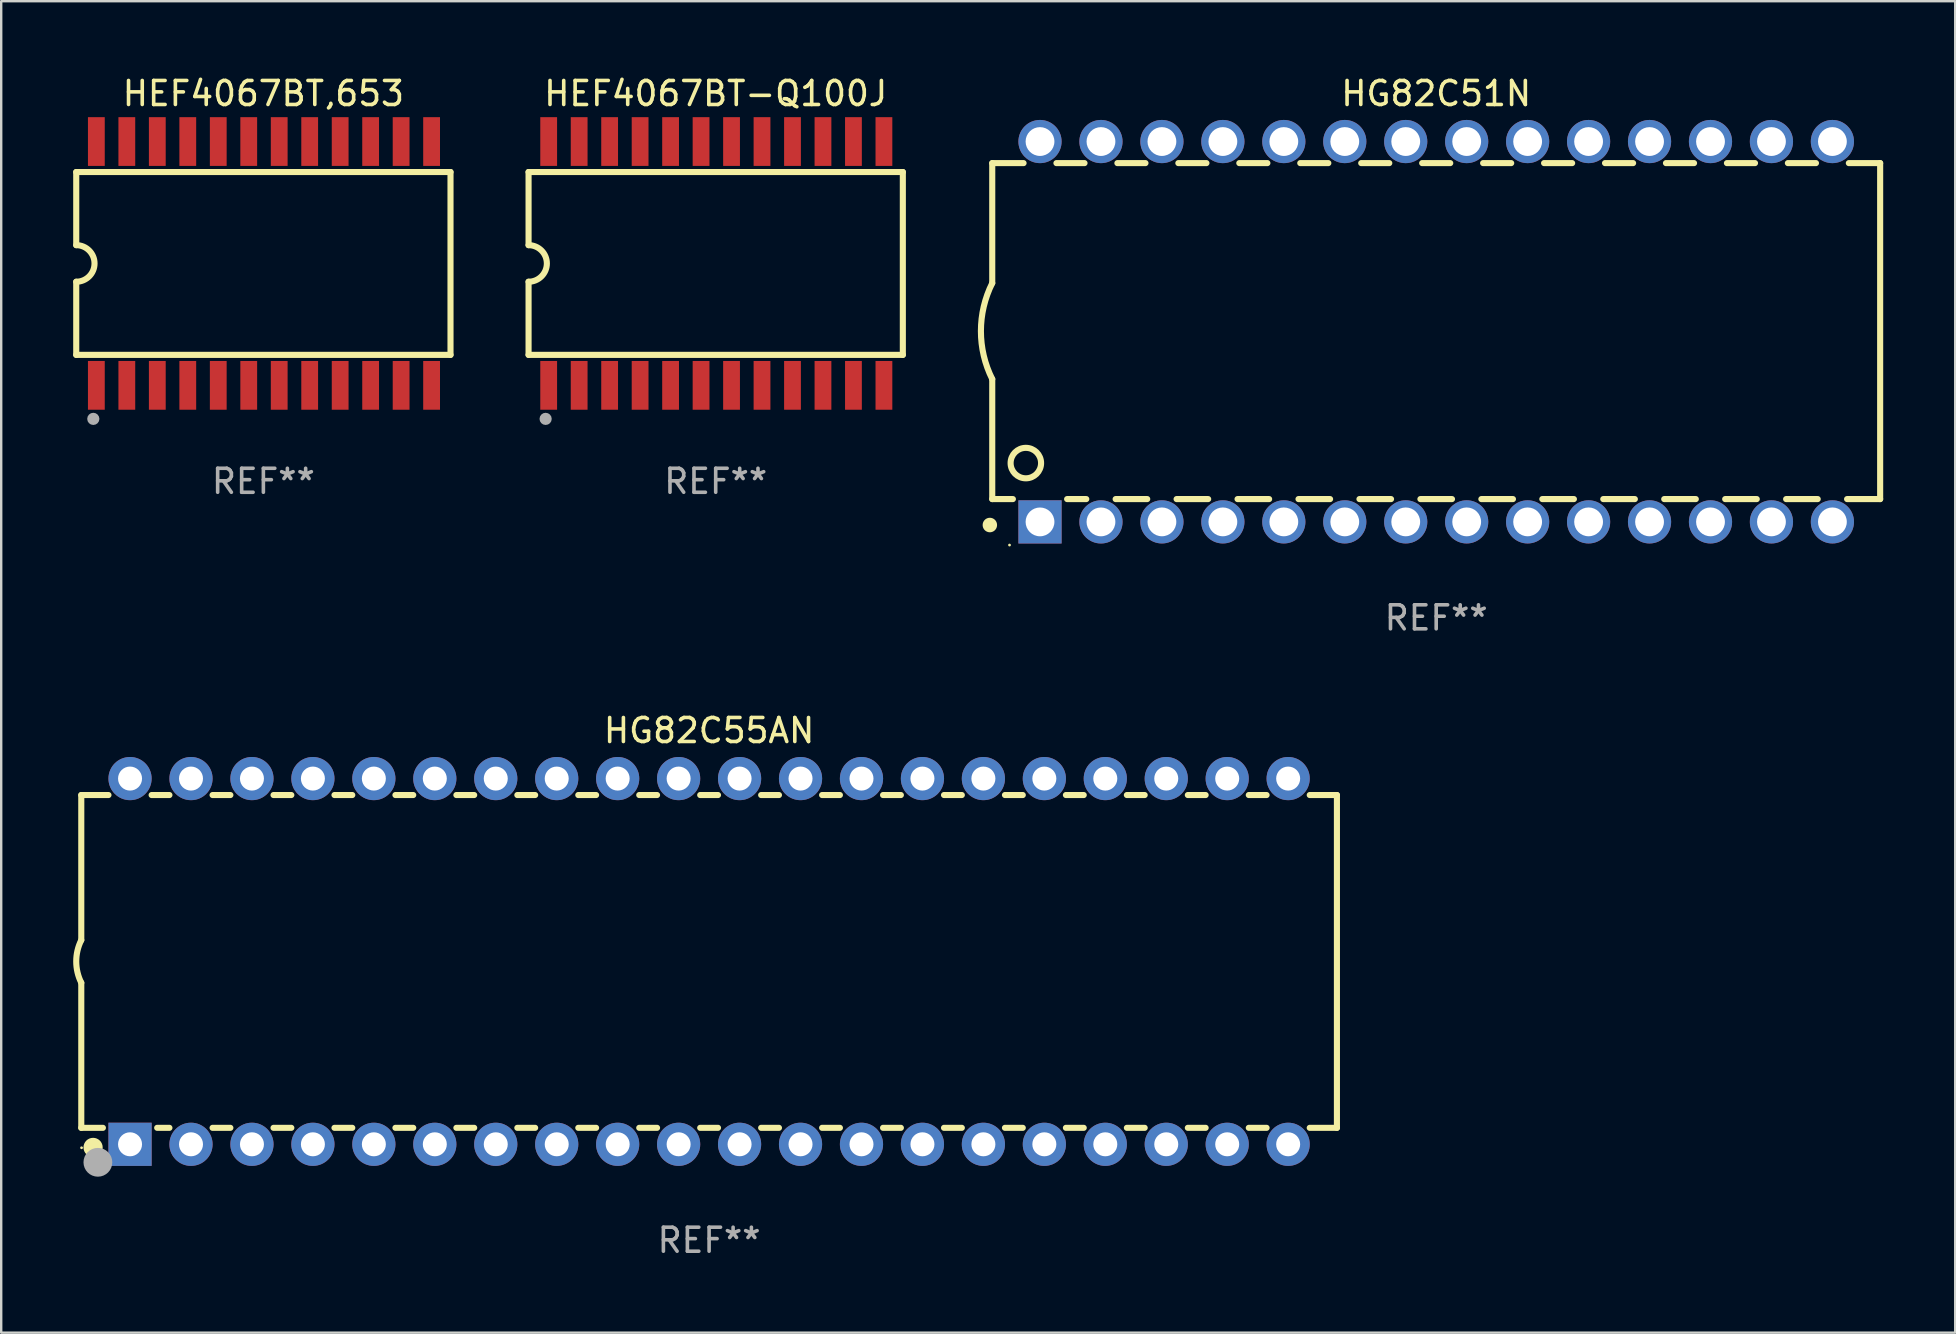
<source format=kicad_pcb>
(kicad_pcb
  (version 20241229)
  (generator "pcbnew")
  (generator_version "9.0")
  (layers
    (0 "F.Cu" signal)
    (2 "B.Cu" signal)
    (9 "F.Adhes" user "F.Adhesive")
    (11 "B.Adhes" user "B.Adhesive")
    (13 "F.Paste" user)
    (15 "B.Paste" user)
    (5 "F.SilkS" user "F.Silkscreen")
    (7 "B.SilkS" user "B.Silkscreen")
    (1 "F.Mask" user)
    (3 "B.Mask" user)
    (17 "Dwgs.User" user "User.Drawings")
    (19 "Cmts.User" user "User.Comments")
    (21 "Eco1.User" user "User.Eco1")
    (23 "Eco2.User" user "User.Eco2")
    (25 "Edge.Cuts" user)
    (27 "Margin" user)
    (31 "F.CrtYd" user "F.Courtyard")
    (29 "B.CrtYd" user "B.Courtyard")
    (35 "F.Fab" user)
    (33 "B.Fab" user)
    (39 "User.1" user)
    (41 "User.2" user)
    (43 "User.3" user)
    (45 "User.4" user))
  (footprint "HEF4067BT,653"
    (layer "F.Cu")
    (at 7.925 7.928)
    (property "Reference" "HEF4067BT,653" (at 0 -7.08 0) (layer "F.SilkS") (effects (font (size 1 1) (thickness 0.15))))
    (attr through_hole)
    (fp_line (start -7.798 -3.81) (end -7.798 -0.762) (stroke (width 0.254) (type solid)) (layer "F.SilkS"))
    (fp_line (start -7.798 3.81) (end -7.798 0.762) (stroke (width 0.254) (type solid)) (layer "F.SilkS"))
    (fp_line (start 7.798 -3.81) (end -7.798 -3.81) (stroke (width 0.254) (type solid)) (layer "F.SilkS"))
    (fp_line (start 7.798 3.81) (end -7.798 3.81) (stroke (width 0.254) (type solid)) (layer "F.SilkS"))
    (fp_line (start 7.798 3.81) (end 7.798 -3.81) (stroke (width 0.254) (type solid)) (layer "F.SilkS"))
    (fp_arc (start -7.797791 -0.762002) (mid -7.03579 -0.000001) (end -7.79779 0.762002) (stroke (width 0.254001) (type solid)) (layer "F.SilkS"))
    (fp_circle (center -7.825 3.75) (end -7.795 3.75) (stroke (width 0.06) (type solid)) (fill no) (layer "F.SilkS"))
    (fp_circle (center -7.087 6.477) (end -6.96 6.477) (stroke (width 0.254) (type solid)) (fill no) (layer "F.Fab"))
    (fp_text user "REF**" (at 0 9.08 0) (layer "F.Fab") (effects (font (size 1 1) (thickness 0.15))))
    (pad "1" smd rect (at -6.96 5.08 90) (size 2.032 0.7) (layers "F.Cu" "F.Mask" "F.Paste"))
    (pad "2" smd rect (at -5.69 5.08 90) (size 2.032 0.7) (layers "F.Cu" "F.Mask" "F.Paste"))
    (pad "3" smd rect (at -4.42 5.08 90) (size 2.032 0.7) (layers "F.Cu" "F.Mask" "F.Paste"))
    (pad "4" smd rect (at -3.15 5.08 90) (size 2.032 0.7) (layers "F.Cu" "F.Mask" "F.Paste"))
    (pad "5" smd rect (at -1.88 5.08 90) (size 2.032 0.7) (layers "F.Cu" "F.Mask" "F.Paste"))
    (pad "6" smd rect (at -0.61 5.08 90) (size 2.032 0.7) (layers "F.Cu" "F.Mask" "F.Paste"))
    (pad "7" smd rect (at 0.66 5.08 90) (size 2.032 0.7) (layers "F.Cu" "F.Mask" "F.Paste"))
    (pad "8" smd rect (at 1.93 5.08 90) (size 2.032 0.7) (layers "F.Cu" "F.Mask" "F.Paste"))
    (pad "9" smd rect (at 3.2 5.08 90) (size 2.032 0.7) (layers "F.Cu" "F.Mask" "F.Paste"))
    (pad "10" smd rect (at 4.47 5.08 90) (size 2.032 0.7) (layers "F.Cu" "F.Mask" "F.Paste"))
    (pad "11" smd rect (at 5.74 5.08 90) (size 2.032 0.7) (layers "F.Cu" "F.Mask" "F.Paste"))
    (pad "12" smd rect (at 7.01 5.08 90) (size 2.032 0.7) (layers "F.Cu" "F.Mask" "F.Paste"))
    (pad "13" smd rect (at 7.01 -5.08 90) (size 2.032 0.7) (layers "F.Cu" "F.Mask" "F.Paste"))
    (pad "14" smd rect (at 5.74 -5.08 90) (size 2.032 0.7) (layers "F.Cu" "F.Mask" "F.Paste"))
    (pad "15" smd rect (at 4.47 -5.08 90) (size 2.032 0.7) (layers "F.Cu" "F.Mask" "F.Paste"))
    (pad "16" smd rect (at 3.2 -5.08 90) (size 2.032 0.7) (layers "F.Cu" "F.Mask" "F.Paste"))
    (pad "17" smd rect (at 1.93 -5.08 90) (size 2.032 0.7) (layers "F.Cu" "F.Mask" "F.Paste"))
    (pad "18" smd rect (at 0.66 -5.08 90) (size 2.032 0.7) (layers "F.Cu" "F.Mask" "F.Paste"))
    (pad "19" smd rect (at -0.61 -5.08 90) (size 2.032 0.7) (layers "F.Cu" "F.Mask" "F.Paste"))
    (pad "20" smd rect (at -1.88 -5.08 90) (size 2.032 0.7) (layers "F.Cu" "F.Mask" "F.Paste"))
    (pad "21" smd rect (at -3.15 -5.08 90) (size 2.032 0.7) (layers "F.Cu" "F.Mask" "F.Paste"))
    (pad "22" smd rect (at -4.42 -5.08 90) (size 2.032 0.7) (layers "F.Cu" "F.Mask" "F.Paste"))
    (pad "23" smd rect (at -5.69 -5.08 90) (size 2.032 0.7) (layers "F.Cu" "F.Mask" "F.Paste"))
    (pad "24" smd rect (at -6.96 -5.08 90) (size 2.032 0.7) (layers "F.Cu" "F.Mask" "F.Paste")))
  (footprint "HEF4067BT-Q100J"
    (layer "F.Cu")
    (at 26.774 7.928)
    (property "Reference" "HEF4067BT-Q100J" (at 0 -7.08 0) (layer "F.SilkS") (effects (font (size 1 1) (thickness 0.15))))
    (attr through_hole)
    (fp_line (start -7.798 -3.81) (end -7.798 -0.762) (stroke (width 0.254) (type solid)) (layer "F.SilkS"))
    (fp_line (start -7.798 3.81) (end -7.798 0.762) (stroke (width 0.254) (type solid)) (layer "F.SilkS"))
    (fp_line (start 7.798 -3.81) (end -7.798 -3.81) (stroke (width 0.254) (type solid)) (layer "F.SilkS"))
    (fp_line (start 7.798 3.81) (end -7.798 3.81) (stroke (width 0.254) (type solid)) (layer "F.SilkS"))
    (fp_line (start 7.798 3.81) (end 7.798 -3.81) (stroke (width 0.254) (type solid)) (layer "F.SilkS"))
    (fp_arc (start -7.797791 -0.762002) (mid -7.03579 -0.000001) (end -7.79779 0.762002) (stroke (width 0.254001) (type solid)) (layer "F.SilkS"))
    (fp_circle (center -7.825 3.75) (end -7.795 3.75) (stroke (width 0.06) (type solid)) (fill no) (layer "F.SilkS"))
    (fp_circle (center -7.087 6.477) (end -6.96 6.477) (stroke (width 0.254) (type solid)) (fill no) (layer "F.Fab"))
    (fp_text user "REF**" (at 0 9.08 0) (layer "F.Fab") (effects (font (size 1 1) (thickness 0.15))))
    (pad "1" smd rect (at -6.96 5.08 90) (size 2.032 0.7) (layers "F.Cu" "F.Mask" "F.Paste"))
    (pad "2" smd rect (at -5.69 5.08 90) (size 2.032 0.7) (layers "F.Cu" "F.Mask" "F.Paste"))
    (pad "3" smd rect (at -4.42 5.08 90) (size 2.032 0.7) (layers "F.Cu" "F.Mask" "F.Paste"))
    (pad "4" smd rect (at -3.15 5.08 90) (size 2.032 0.7) (layers "F.Cu" "F.Mask" "F.Paste"))
    (pad "5" smd rect (at -1.88 5.08 90) (size 2.032 0.7) (layers "F.Cu" "F.Mask" "F.Paste"))
    (pad "6" smd rect (at -0.61 5.08 90) (size 2.032 0.7) (layers "F.Cu" "F.Mask" "F.Paste"))
    (pad "7" smd rect (at 0.66 5.08 90) (size 2.032 0.7) (layers "F.Cu" "F.Mask" "F.Paste"))
    (pad "8" smd rect (at 1.93 5.08 90) (size 2.032 0.7) (layers "F.Cu" "F.Mask" "F.Paste"))
    (pad "9" smd rect (at 3.2 5.08 90) (size 2.032 0.7) (layers "F.Cu" "F.Mask" "F.Paste"))
    (pad "10" smd rect (at 4.47 5.08 90) (size 2.032 0.7) (layers "F.Cu" "F.Mask" "F.Paste"))
    (pad "11" smd rect (at 5.74 5.08 90) (size 2.032 0.7) (layers "F.Cu" "F.Mask" "F.Paste"))
    (pad "12" smd rect (at 7.01 5.08 90) (size 2.032 0.7) (layers "F.Cu" "F.Mask" "F.Paste"))
    (pad "13" smd rect (at 7.01 -5.08 90) (size 2.032 0.7) (layers "F.Cu" "F.Mask" "F.Paste"))
    (pad "14" smd rect (at 5.74 -5.08 90) (size 2.032 0.7) (layers "F.Cu" "F.Mask" "F.Paste"))
    (pad "15" smd rect (at 4.47 -5.08 90) (size 2.032 0.7) (layers "F.Cu" "F.Mask" "F.Paste"))
    (pad "16" smd rect (at 3.2 -5.08 90) (size 2.032 0.7) (layers "F.Cu" "F.Mask" "F.Paste"))
    (pad "17" smd rect (at 1.93 -5.08 90) (size 2.032 0.7) (layers "F.Cu" "F.Mask" "F.Paste"))
    (pad "18" smd rect (at 0.66 -5.08 90) (size 2.032 0.7) (layers "F.Cu" "F.Mask" "F.Paste"))
    (pad "19" smd rect (at -0.61 -5.08 90) (size 2.032 0.7) (layers "F.Cu" "F.Mask" "F.Paste"))
    (pad "20" smd rect (at -1.88 -5.08 90) (size 2.032 0.7) (layers "F.Cu" "F.Mask" "F.Paste"))
    (pad "21" smd rect (at -3.15 -5.08 90) (size 2.032 0.7) (layers "F.Cu" "F.Mask" "F.Paste"))
    (pad "22" smd rect (at -4.42 -5.08 90) (size 2.032 0.7) (layers "F.Cu" "F.Mask" "F.Paste"))
    (pad "23" smd rect (at -5.69 -5.08 90) (size 2.032 0.7) (layers "F.Cu" "F.Mask" "F.Paste"))
    (pad "24" smd rect (at -6.96 -5.08 90) (size 2.032 0.7) (layers "F.Cu" "F.Mask" "F.Paste")))
  (footprint "HG82C51N"
    (layer "F.Cu")
    (at 56.798 10.773)
    (property "Reference" "HG82C51N" (at 0 -9.925 0) (layer "F.SilkS") (effects (font (size 1 1) (thickness 0.15))))
    (attr through_hole)
    (fp_line (start -18.5 -7.026) (end -18.5 -2.026) (stroke (width 0.254) (type solid)) (layer "F.SilkS"))
    (fp_line (start -18.5 1.974) (end -18.5 6.974) (stroke (width 0.254) (type solid)) (layer "F.SilkS"))
    (fp_line (start -17.64 6.974) (end -18.5 6.974) (stroke (width 0.254) (type solid)) (layer "F.SilkS"))
    (fp_line (start -17.195 -7.026) (end -18.5 -7.026) (stroke (width 0.254) (type solid)) (layer "F.SilkS"))
    (fp_line (start -14.655 -7.026) (end -15.825 -7.026) (stroke (width 0.254) (type solid)) (layer "F.SilkS"))
    (fp_line (start -14.582 6.974) (end -15.38 6.974) (stroke (width 0.254) (type solid)) (layer "F.SilkS"))
    (fp_line (start -12.115 -7.026) (end -13.285 -7.026) (stroke (width 0.254) (type solid)) (layer "F.SilkS"))
    (fp_line (start -12.042 6.974) (end -13.358 6.974) (stroke (width 0.254) (type solid)) (layer "F.SilkS"))
    (fp_line (start -9.575 -7.026) (end -10.745 -7.026) (stroke (width 0.254) (type solid)) (layer "F.SilkS"))
    (fp_line (start -9.502 6.974) (end -10.818 6.974) (stroke (width 0.254) (type solid)) (layer "F.SilkS"))
    (fp_line (start -7.035 -7.026) (end -8.205 -7.026) (stroke (width 0.254) (type solid)) (layer "F.SilkS"))
    (fp_line (start -6.962 6.974) (end -8.278 6.974) (stroke (width 0.254) (type solid)) (layer "F.SilkS"))
    (fp_line (start -4.495 -7.026) (end -5.665 -7.026) (stroke (width 0.254) (type solid)) (layer "F.SilkS"))
    (fp_line (start -4.422 6.974) (end -5.738 6.974) (stroke (width 0.254) (type solid)) (layer "F.SilkS"))
    (fp_line (start -1.955 -7.026) (end -3.125 -7.026) (stroke (width 0.254) (type solid)) (layer "F.SilkS"))
    (fp_line (start -1.882 6.974) (end -3.198 6.974) (stroke (width 0.254) (type solid)) (layer "F.SilkS"))
    (fp_line (start 0.585 -7.026) (end -0.585 -7.026) (stroke (width 0.254) (type solid)) (layer "F.SilkS"))
    (fp_line (start 0.658 6.974) (end -0.658 6.974) (stroke (width 0.254) (type solid)) (layer "F.SilkS"))
    (fp_line (start 3.125 -7.026) (end 1.955 -7.026) (stroke (width 0.254) (type solid)) (layer "F.SilkS"))
    (fp_line (start 3.198 6.974) (end 1.882 6.974) (stroke (width 0.254) (type solid)) (layer "F.SilkS"))
    (fp_line (start 5.665 -7.026) (end 4.495 -7.026) (stroke (width 0.254) (type solid)) (layer "F.SilkS"))
    (fp_line (start 5.738 6.974) (end 4.422 6.974) (stroke (width 0.254) (type solid)) (layer "F.SilkS"))
    (fp_line (start 8.205 -7.026) (end 7.035 -7.026) (stroke (width 0.254) (type solid)) (layer "F.SilkS"))
    (fp_line (start 8.278 6.974) (end 6.962 6.974) (stroke (width 0.254) (type solid)) (layer "F.SilkS"))
    (fp_line (start 10.745 -7.026) (end 9.575 -7.026) (stroke (width 0.254) (type solid)) (layer "F.SilkS"))
    (fp_line (start 10.818 6.974) (end 9.502 6.974) (stroke (width 0.254) (type solid)) (layer "F.SilkS"))
    (fp_line (start 13.285 -7.026) (end 12.115 -7.026) (stroke (width 0.254) (type solid)) (layer "F.SilkS"))
    (fp_line (start 13.358 6.974) (end 12.042 6.974) (stroke (width 0.254) (type solid)) (layer "F.SilkS"))
    (fp_line (start 15.825 -7.026) (end 14.655 -7.026) (stroke (width 0.254) (type solid)) (layer "F.SilkS"))
    (fp_line (start 15.898 6.974) (end 14.582 6.974) (stroke (width 0.254) (type solid)) (layer "F.SilkS"))
    (fp_line (start 18.5 -7.026) (end 17.195 -7.026) (stroke (width 0.254) (type solid)) (layer "F.SilkS"))
    (fp_line (start 18.5 6.974) (end 17.122 6.974) (stroke (width 0.254) (type solid)) (layer "F.SilkS"))
    (fp_line (start 18.5 6.974) (end 18.5 -7.026) (stroke (width 0.254) (type solid)) (layer "F.SilkS"))
    (fp_arc (start -18.599924 8.057734) (mid -18.599935 8.055207) (end -18.599924 8.052679) (stroke (width 0.6) (type solid)) (layer "F.SilkS"))
    (fp_arc (start -18.500051 1.974346) (mid -18.972187 -0.025654) (end -18.500051 -2.025654) (stroke (width 0.254001) (type solid)) (layer "F.SilkS"))
    (fp_circle (center -17.78 8.89) (end -17.75 8.89) (stroke (width 0.06) (type solid)) (fill no) (layer "F.SilkS"))
    (fp_circle (center -17.1 5.474) (end -16.465 5.474) (stroke (width 0.254) (type solid)) (fill no) (layer "F.SilkS"))
    (fp_text user "REF**" (at 0 11.925 0) (layer "F.Fab") (effects (font (size 1 1) (thickness 0.15))))
    (pad "1" thru_hole rect (at -16.51 7.925) (size 1.8 1.8) (drill 1.2) (layers "*.Cu" "*.Mask"))
    (pad "2" thru_hole circle (at -13.97 7.925) (size 1.8 1.8) (drill 1.2) (layers "*.Cu" "*.Mask"))
    (pad "3" thru_hole circle (at -11.43 7.924) (size 1.8 1.8) (drill 1.2) (layers "*.Cu" "*.Mask"))
    (pad "4" thru_hole circle (at -8.89 7.924) (size 1.8 1.8) (drill 1.2) (layers "*.Cu" "*.Mask"))
    (pad "5" thru_hole circle (at -6.35 7.924) (size 1.8 1.8) (drill 1.2) (layers "*.Cu" "*.Mask"))
    (pad "6" thru_hole circle (at -3.81 7.924) (size 1.8 1.8) (drill 1.2) (layers "*.Cu" "*.Mask"))
    (pad "7" thru_hole circle (at -1.27 7.924) (size 1.8 1.8) (drill 1.2) (layers "*.Cu" "*.Mask"))
    (pad "8" thru_hole circle (at 1.27 7.924) (size 1.8 1.8) (drill 1.2) (layers "*.Cu" "*.Mask"))
    (pad "9" thru_hole circle (at 3.81 7.924) (size 1.8 1.8) (drill 1.2) (layers "*.Cu" "*.Mask"))
    (pad "10" thru_hole circle (at 6.35 7.924) (size 1.8 1.8) (drill 1.2) (layers "*.Cu" "*.Mask"))
    (pad "11" thru_hole circle (at 8.89 7.924) (size 1.8 1.8) (drill 1.2) (layers "*.Cu" "*.Mask"))
    (pad "12" thru_hole circle (at 11.43 7.924) (size 1.8 1.8) (drill 1.2) (layers "*.Cu" "*.Mask"))
    (pad "13" thru_hole circle (at 13.97 7.924) (size 1.8 1.8) (drill 1.2) (layers "*.Cu" "*.Mask"))
    (pad "14" thru_hole circle (at 16.51 7.924) (size 1.8 1.8) (drill 1.2) (layers "*.Cu" "*.Mask"))
    (pad "15" thru_hole circle (at 16.51 -7.925) (size 1.8 1.8) (drill 1.2) (layers "*.Cu" "*.Mask"))
    (pad "16" thru_hole circle (at 13.97 -7.925) (size 1.8 1.8) (drill 1.2) (layers "*.Cu" "*.Mask"))
    (pad "17" thru_hole circle (at 11.43 -7.925) (size 1.8 1.8) (drill 1.2) (layers "*.Cu" "*.Mask"))
    (pad "18" thru_hole circle (at 8.89 -7.925) (size 1.8 1.8) (drill 1.2) (layers "*.Cu" "*.Mask"))
    (pad "19" thru_hole circle (at 6.35 -7.925) (size 1.8 1.8) (drill 1.2) (layers "*.Cu" "*.Mask"))
    (pad "20" thru_hole circle (at 3.81 -7.925) (size 1.8 1.8) (drill 1.2) (layers "*.Cu" "*.Mask"))
    (pad "21" thru_hole circle (at 1.27 -7.925) (size 1.8 1.8) (drill 1.2) (layers "*.Cu" "*.Mask"))
    (pad "22" thru_hole circle (at -1.27 -7.925) (size 1.8 1.8) (drill 1.2) (layers "*.Cu" "*.Mask"))
    (pad "23" thru_hole circle (at -3.81 -7.925) (size 1.8 1.8) (drill 1.2) (layers "*.Cu" "*.Mask"))
    (pad "24" thru_hole circle (at -6.35 -7.925) (size 1.8 1.8) (drill 1.2) (layers "*.Cu" "*.Mask"))
    (pad "25" thru_hole circle (at -8.89 -7.925) (size 1.8 1.8) (drill 1.2) (layers "*.Cu" "*.Mask"))
    (pad "26" thru_hole circle (at -11.43 -7.925) (size 1.8 1.8) (drill 1.2) (layers "*.Cu" "*.Mask"))
    (pad "27" thru_hole circle (at -13.97 -7.925) (size 1.8 1.8) (drill 1.2) (layers "*.Cu" "*.Mask"))
    (pad "28" thru_hole circle (at -16.51 -7.925) (size 1.8 1.8) (drill 1.2) (layers "*.Cu" "*.Mask")))
  (footprint "HG82C55AN"
    (layer "F.Cu")
    (at 26.499 37.014)
    (property "Reference" "HG82C55AN" (at 0 -9.62 0) (layer "F.SilkS") (effects (font (size 1 1) (thickness 0.15))))
    (attr through_hole)
    (fp_line (start -26.162 -6.934) (end -26.162 -0.889) (stroke (width 0.254) (type solid)) (layer "F.SilkS"))
    (fp_line (start -26.162 -6.934) (end -25.029 -6.934) (stroke (width 0.254) (type solid)) (layer "F.SilkS"))
    (fp_line (start -26.162 6.934) (end -26.162 0.889) (stroke (width 0.254) (type solid)) (layer "F.SilkS"))
    (fp_line (start -26.162 6.934) (end -25.261 6.934) (stroke (width 0.254) (type solid)) (layer "F.SilkS"))
    (fp_line (start -23.231 -6.934) (end -22.489 -6.934) (stroke (width 0.254) (type solid)) (layer "F.SilkS"))
    (fp_line (start -22.999 6.934) (end -22.489 6.934) (stroke (width 0.254) (type solid)) (layer "F.SilkS"))
    (fp_line (start -20.691 -6.934) (end -19.949 -6.934) (stroke (width 0.254) (type solid)) (layer "F.SilkS"))
    (fp_line (start -20.691 6.934) (end -19.949 6.934) (stroke (width 0.254) (type solid)) (layer "F.SilkS"))
    (fp_line (start -18.151 -6.934) (end -17.409 -6.934) (stroke (width 0.254) (type solid)) (layer "F.SilkS"))
    (fp_line (start -18.151 6.934) (end -17.409 6.934) (stroke (width 0.254) (type solid)) (layer "F.SilkS"))
    (fp_line (start -15.611 -6.934) (end -14.869 -6.934) (stroke (width 0.254) (type solid)) (layer "F.SilkS"))
    (fp_line (start -15.611 6.934) (end -14.869 6.934) (stroke (width 0.254) (type solid)) (layer "F.SilkS"))
    (fp_line (start -13.071 -6.934) (end -12.329 -6.934) (stroke (width 0.254) (type solid)) (layer "F.SilkS"))
    (fp_line (start -13.071 6.934) (end -12.329 6.934) (stroke (width 0.254) (type solid)) (layer "F.SilkS"))
    (fp_line (start -10.531 -6.934) (end -9.789 -6.934) (stroke (width 0.254) (type solid)) (layer "F.SilkS"))
    (fp_line (start -10.531 6.934) (end -9.789 6.934) (stroke (width 0.254) (type solid)) (layer "F.SilkS"))
    (fp_line (start -7.991 -6.934) (end -7.249 -6.934) (stroke (width 0.254) (type solid)) (layer "F.SilkS"))
    (fp_line (start -7.991 6.934) (end -7.249 6.934) (stroke (width 0.254) (type solid)) (layer "F.SilkS"))
    (fp_line (start -5.451 -6.934) (end -4.709 -6.934) (stroke (width 0.254) (type solid)) (layer "F.SilkS"))
    (fp_line (start -5.451 6.934) (end -4.709 6.934) (stroke (width 0.254) (type solid)) (layer "F.SilkS"))
    (fp_line (start -2.911 -6.934) (end -2.169 -6.934) (stroke (width 0.254) (type solid)) (layer "F.SilkS"))
    (fp_line (start -2.911 6.934) (end -2.169 6.934) (stroke (width 0.254) (type solid)) (layer "F.SilkS"))
    (fp_line (start -0.371 -6.934) (end 0.371 -6.934) (stroke (width 0.254) (type solid)) (layer "F.SilkS"))
    (fp_line (start -0.371 6.934) (end 0.371 6.934) (stroke (width 0.254) (type solid)) (layer "F.SilkS"))
    (fp_line (start 2.169 -6.934) (end 2.911 -6.934) (stroke (width 0.254) (type solid)) (layer "F.SilkS"))
    (fp_line (start 2.169 6.934) (end 2.911 6.934) (stroke (width 0.254) (type solid)) (layer "F.SilkS"))
    (fp_line (start 4.709 -6.934) (end 5.451 -6.934) (stroke (width 0.254) (type solid)) (layer "F.SilkS"))
    (fp_line (start 4.709 6.934) (end 5.451 6.934) (stroke (width 0.254) (type solid)) (layer "F.SilkS"))
    (fp_line (start 7.249 -6.934) (end 7.991 -6.934) (stroke (width 0.254) (type solid)) (layer "F.SilkS"))
    (fp_line (start 7.249 6.934) (end 7.991 6.934) (stroke (width 0.254) (type solid)) (layer "F.SilkS"))
    (fp_line (start 9.789 -6.934) (end 10.531 -6.934) (stroke (width 0.254) (type solid)) (layer "F.SilkS"))
    (fp_line (start 9.789 6.934) (end 10.531 6.934) (stroke (width 0.254) (type solid)) (layer "F.SilkS"))
    (fp_line (start 12.329 -6.934) (end 13.071 -6.934) (stroke (width 0.254) (type solid)) (layer "F.SilkS"))
    (fp_line (start 12.329 6.934) (end 13.071 6.934) (stroke (width 0.254) (type solid)) (layer "F.SilkS"))
    (fp_line (start 14.869 -6.934) (end 15.611 -6.934) (stroke (width 0.254) (type solid)) (layer "F.SilkS"))
    (fp_line (start 14.869 6.934) (end 15.611 6.934) (stroke (width 0.254) (type solid)) (layer "F.SilkS"))
    (fp_line (start 17.409 -6.934) (end 18.151 -6.934) (stroke (width 0.254) (type solid)) (layer "F.SilkS"))
    (fp_line (start 17.409 6.934) (end 18.151 6.934) (stroke (width 0.254) (type solid)) (layer "F.SilkS"))
    (fp_line (start 19.949 -6.934) (end 20.691 -6.934) (stroke (width 0.254) (type solid)) (layer "F.SilkS"))
    (fp_line (start 19.949 6.934) (end 20.691 6.934) (stroke (width 0.254) (type solid)) (layer "F.SilkS"))
    (fp_line (start 22.489 -6.934) (end 23.231 -6.934) (stroke (width 0.254) (type solid)) (layer "F.SilkS"))
    (fp_line (start 22.489 6.934) (end 23.231 6.934) (stroke (width 0.254) (type solid)) (layer "F.SilkS"))
    (fp_line (start 25.029 -6.934) (end 26.162 -6.934) (stroke (width 0.254) (type solid)) (layer "F.SilkS"))
    (fp_line (start 25.029 6.934) (end 26.162 6.934) (stroke (width 0.254) (type solid)) (layer "F.SilkS"))
    (fp_line (start 26.162 -6.934) (end 26.162 6.934) (stroke (width 0.254) (type solid)) (layer "F.SilkS"))
    (fp_arc (start -26.162052 0.889001) (mid -26.371917 0) (end -26.162052 -0.889002) (stroke (width 0.254001) (type solid)) (layer "F.SilkS"))
    (fp_circle (center -26.15 7.765) (end -26.12 7.765) (stroke (width 0.06) (type solid)) (fill no) (layer "F.SilkS"))
    (fp_circle (center -25.67 7.75) (end -25.47 7.75) (stroke (width 0.4) (type solid)) (fill no) (layer "F.SilkS"))
    (fp_circle (center -25.47 8.37) (end -25.17 8.37) (stroke (width 0.6) (type solid)) (fill no) (layer "F.Fab"))
    (fp_text user "REF**" (at 0 11.62 0) (layer "F.Fab") (effects (font (size 1 1) (thickness 0.15))))
    (pad "1" thru_hole rect (at -24.13 7.62) (size 1.8 1.8) (drill 1) (layers "*.Cu" "*.Mask"))
    (pad "2" thru_hole circle (at -21.59 7.62) (size 1.8 1.8) (drill 1) (layers "*.Cu" "*.Mask"))
    (pad "3" thru_hole circle (at -19.05 7.62) (size 1.8 1.8) (drill 1) (layers "*.Cu" "*.Mask"))
    (pad "4" thru_hole circle (at -16.51 7.62) (size 1.8 1.8) (drill 1) (layers "*.Cu" "*.Mask"))
    (pad "5" thru_hole circle (at -13.97 7.62) (size 1.8 1.8) (drill 1) (layers "*.Cu" "*.Mask"))
    (pad "6" thru_hole circle (at -11.43 7.62) (size 1.8 1.8) (drill 1) (layers "*.Cu" "*.Mask"))
    (pad "7" thru_hole circle (at -8.89 7.62) (size 1.8 1.8) (drill 1) (layers "*.Cu" "*.Mask"))
    (pad "8" thru_hole circle (at -6.35 7.62) (size 1.8 1.8) (drill 1) (layers "*.Cu" "*.Mask"))
    (pad "9" thru_hole circle (at -3.81 7.62) (size 1.8 1.8) (drill 1) (layers "*.Cu" "*.Mask"))
    (pad "10" thru_hole circle (at -1.27 7.62) (size 1.8 1.8) (drill 1) (layers "*.Cu" "*.Mask"))
    (pad "11" thru_hole circle (at 1.27 7.62) (size 1.8 1.8) (drill 1) (layers "*.Cu" "*.Mask"))
    (pad "12" thru_hole circle (at 3.81 7.62) (size 1.8 1.8) (drill 1) (layers "*.Cu" "*.Mask"))
    (pad "13" thru_hole circle (at 6.35 7.62) (size 1.8 1.8) (drill 1) (layers "*.Cu" "*.Mask"))
    (pad "14" thru_hole circle (at 8.89 7.62) (size 1.8 1.8) (drill 1) (layers "*.Cu" "*.Mask"))
    (pad "15" thru_hole circle (at 11.43 7.62) (size 1.8 1.8) (drill 1) (layers "*.Cu" "*.Mask"))
    (pad "16" thru_hole circle (at 13.97 7.62) (size 1.8 1.8) (drill 1) (layers "*.Cu" "*.Mask"))
    (pad "17" thru_hole circle (at 16.51 7.62) (size 1.8 1.8) (drill 1) (layers "*.Cu" "*.Mask"))
    (pad "18" thru_hole circle (at 19.05 7.62) (size 1.8 1.8) (drill 1) (layers "*.Cu" "*.Mask"))
    (pad "19" thru_hole circle (at 21.59 7.62) (size 1.8 1.8) (drill 1) (layers "*.Cu" "*.Mask"))
    (pad "20" thru_hole circle (at 24.13 7.62) (size 1.8 1.8) (drill 1) (layers "*.Cu" "*.Mask"))
    (pad "21" thru_hole circle (at 24.13 -7.62) (size 1.8 1.8) (drill 1) (layers "*.Cu" "*.Mask"))
    (pad "22" thru_hole circle (at 21.59 -7.62) (size 1.8 1.8) (drill 1) (layers "*.Cu" "*.Mask"))
    (pad "23" thru_hole circle (at 19.05 -7.62) (size 1.8 1.8) (drill 1) (layers "*.Cu" "*.Mask"))
    (pad "24" thru_hole circle (at 16.51 -7.62) (size 1.8 1.8) (drill 1) (layers "*.Cu" "*.Mask"))
    (pad "25" thru_hole circle (at 13.97 -7.62) (size 1.8 1.8) (drill 1) (layers "*.Cu" "*.Mask"))
    (pad "26" thru_hole circle (at 11.43 -7.62) (size 1.8 1.8) (drill 1) (layers "*.Cu" "*.Mask"))
    (pad "27" thru_hole circle (at 8.89 -7.62) (size 1.8 1.8) (drill 1) (layers "*.Cu" "*.Mask"))
    (pad "28" thru_hole circle (at 6.35 -7.62) (size 1.8 1.8) (drill 1) (layers "*.Cu" "*.Mask"))
    (pad "29" thru_hole circle (at 3.81 -7.62) (size 1.8 1.8) (drill 1) (layers "*.Cu" "*.Mask"))
    (pad "30" thru_hole circle (at 1.27 -7.62) (size 1.8 1.8) (drill 1) (layers "*.Cu" "*.Mask"))
    (pad "31" thru_hole circle (at -1.27 -7.62) (size 1.8 1.8) (drill 1) (layers "*.Cu" "*.Mask"))
    (pad "32" thru_hole circle (at -3.81 -7.62) (size 1.8 1.8) (drill 1) (layers "*.Cu" "*.Mask"))
    (pad "33" thru_hole circle (at -6.35 -7.62) (size 1.8 1.8) (drill 1) (layers "*.Cu" "*.Mask"))
    (pad "34" thru_hole circle (at -8.89 -7.62) (size 1.8 1.8) (drill 1) (layers "*.Cu" "*.Mask"))
    (pad "35" thru_hole circle (at -11.43 -7.62) (size 1.8 1.8) (drill 1) (layers "*.Cu" "*.Mask"))
    (pad "36" thru_hole circle (at -13.97 -7.62) (size 1.8 1.8) (drill 1) (layers "*.Cu" "*.Mask"))
    (pad "37" thru_hole circle (at -16.51 -7.62) (size 1.8 1.8) (drill 1) (layers "*.Cu" "*.Mask"))
    (pad "38" thru_hole circle (at -19.05 -7.62) (size 1.8 1.8) (drill 1) (layers "*.Cu" "*.Mask"))
    (pad "39" thru_hole circle (at -21.59 -7.62) (size 1.8 1.8) (drill 1) (layers "*.Cu" "*.Mask"))
    (pad "40" thru_hole circle (at -24.13 -7.62) (size 1.8 1.8) (drill 1) (layers "*.Cu" "*.Mask")))
  (gr_rect
    (start -3 -3)
    (end 78.425 52.483)
    (stroke (width 0.1) (type default))
    (fill no)
    (layer "Edge.Cuts")))
</source>
